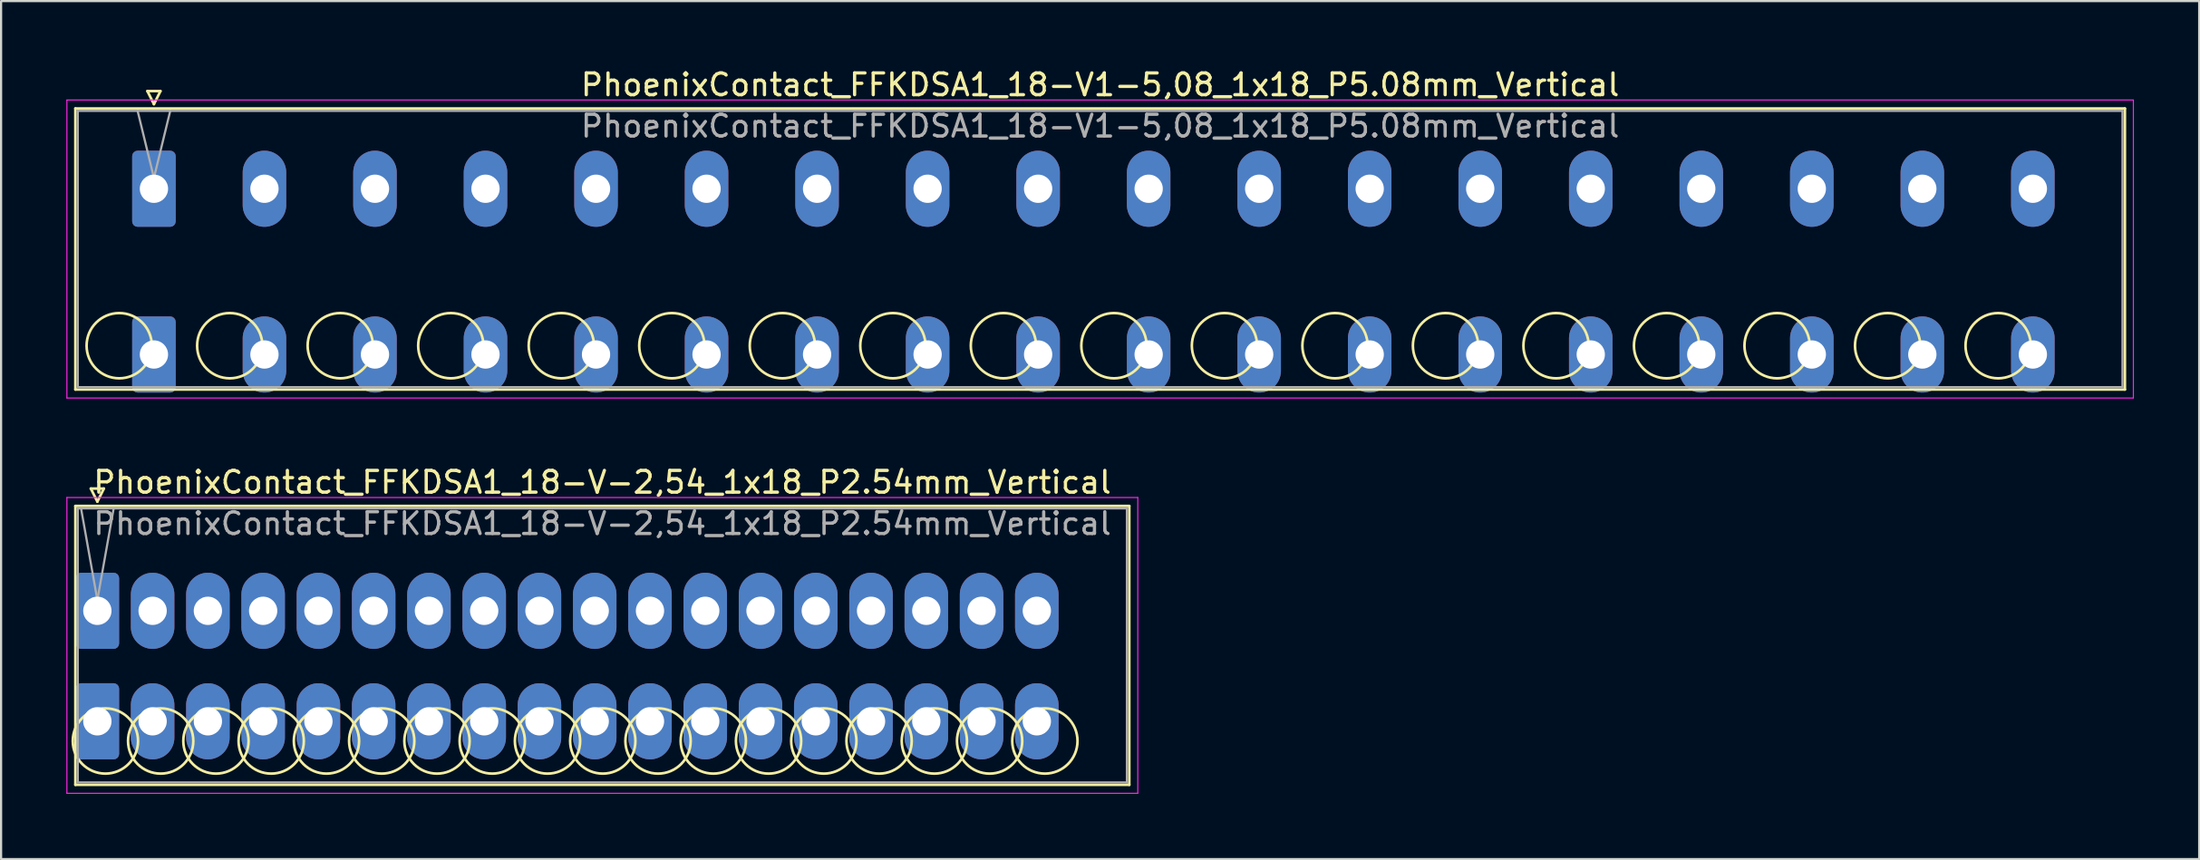
<source format=kicad_pcb>
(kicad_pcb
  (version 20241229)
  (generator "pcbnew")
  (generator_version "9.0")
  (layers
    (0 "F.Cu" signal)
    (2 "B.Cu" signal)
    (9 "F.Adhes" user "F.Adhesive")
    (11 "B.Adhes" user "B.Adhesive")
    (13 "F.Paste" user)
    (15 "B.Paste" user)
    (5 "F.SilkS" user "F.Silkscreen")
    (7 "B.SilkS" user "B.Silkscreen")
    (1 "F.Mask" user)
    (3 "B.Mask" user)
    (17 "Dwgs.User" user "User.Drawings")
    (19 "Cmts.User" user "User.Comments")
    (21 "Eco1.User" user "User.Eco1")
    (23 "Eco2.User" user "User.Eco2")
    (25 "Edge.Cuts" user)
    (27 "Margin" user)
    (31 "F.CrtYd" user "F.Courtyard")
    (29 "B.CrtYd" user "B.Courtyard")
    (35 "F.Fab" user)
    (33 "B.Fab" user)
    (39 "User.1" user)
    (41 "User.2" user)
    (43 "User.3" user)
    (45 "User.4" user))
  (footprint "PhoenixContact_FFKDSA1_18-V1-5,08_1x18_P5.08mm_Vertical"
    (layer "F.Cu")
    (at 4.025 5.628)
    (property "Reference" "PhoenixContact_FFKDSA1_18-V1-5,08_1x18_P5.08mm_Vertical" (at 43.49 -4.78 0) (layer "F.SilkS") (effects (font (size 1 1) (thickness 0.15))))
    (attr through_hole)
    (fp_line (start -3.61 -3.69) (end -3.61 9.23) (stroke (width 0.12) (type solid)) (layer "F.SilkS"))
    (fp_line (start -3.61 9.23) (end 90.59 9.23) (stroke (width 0.12) (type solid)) (layer "F.SilkS"))
    (fp_line (start -0.3 -4.49) (end 0.3 -4.49) (stroke (width 0.12) (type solid)) (layer "F.SilkS"))
    (fp_line (start 0 -3.89) (end -0.3 -4.49) (stroke (width 0.12) (type solid)) (layer "F.SilkS"))
    (fp_line (start 0.3 -4.49) (end 0 -3.89) (stroke (width 0.12) (type solid)) (layer "F.SilkS"))
    (fp_line (start 90.59 -3.69) (end -3.61 -3.69) (stroke (width 0.12) (type solid)) (layer "F.SilkS"))
    (fp_line (start 90.59 9.23) (end 90.59 -3.69) (stroke (width 0.12) (type solid)) (layer "F.SilkS"))
    (fp_circle (center -1.595 7.215) (end -0.095 7.215) (stroke (width 0.12) (type solid)) (fill no) (layer "F.SilkS"))
    (fp_circle (center 3.485 7.215) (end 4.985 7.215) (stroke (width 0.12) (type solid)) (fill no) (layer "F.SilkS"))
    (fp_circle (center 8.565 7.215) (end 10.065 7.215) (stroke (width 0.12) (type solid)) (fill no) (layer "F.SilkS"))
    (fp_circle (center 13.645 7.215) (end 15.145 7.215) (stroke (width 0.12) (type solid)) (fill no) (layer "F.SilkS"))
    (fp_circle (center 18.725 7.215) (end 20.225 7.215) (stroke (width 0.12) (type solid)) (fill no) (layer "F.SilkS"))
    (fp_circle (center 23.805 7.215) (end 25.305 7.215) (stroke (width 0.12) (type solid)) (fill no) (layer "F.SilkS"))
    (fp_circle (center 28.885 7.215) (end 30.385 7.215) (stroke (width 0.12) (type solid)) (fill no) (layer "F.SilkS"))
    (fp_circle (center 33.965 7.215) (end 35.465 7.215) (stroke (width 0.12) (type solid)) (fill no) (layer "F.SilkS"))
    (fp_circle (center 39.045 7.215) (end 40.545 7.215) (stroke (width 0.12) (type solid)) (fill no) (layer "F.SilkS"))
    (fp_circle (center 44.125 7.215) (end 45.625 7.215) (stroke (width 0.12) (type solid)) (fill no) (layer "F.SilkS"))
    (fp_circle (center 49.205 7.215) (end 50.705 7.215) (stroke (width 0.12) (type solid)) (fill no) (layer "F.SilkS"))
    (fp_circle (center 54.285 7.215) (end 55.785 7.215) (stroke (width 0.12) (type solid)) (fill no) (layer "F.SilkS"))
    (fp_circle (center 59.365 7.215) (end 60.865 7.215) (stroke (width 0.12) (type solid)) (fill no) (layer "F.SilkS"))
    (fp_circle (center 64.445 7.215) (end 65.945 7.215) (stroke (width 0.12) (type solid)) (fill no) (layer "F.SilkS"))
    (fp_circle (center 69.525 7.215) (end 71.025 7.215) (stroke (width 0.12) (type solid)) (fill no) (layer "F.SilkS"))
    (fp_circle (center 74.605 7.215) (end 76.105 7.215) (stroke (width 0.12) (type solid)) (fill no) (layer "F.SilkS"))
    (fp_circle (center 79.685 7.215) (end 81.185 7.215) (stroke (width 0.12) (type solid)) (fill no) (layer "F.SilkS"))
    (fp_circle (center 84.765 7.215) (end 86.265 7.215) (stroke (width 0.12) (type solid)) (fill no) (layer "F.SilkS"))
    (fp_line (start -4 -4.08) (end -4 9.62) (stroke (width 0.05) (type solid)) (layer "F.CrtYd"))
    (fp_line (start -4 9.62) (end 90.98 9.62) (stroke (width 0.05) (type solid)) (layer "F.CrtYd"))
    (fp_line (start 90.98 -4.08) (end -4 -4.08) (stroke (width 0.05) (type solid)) (layer "F.CrtYd"))
    (fp_line (start 90.98 9.62) (end 90.98 -4.08) (stroke (width 0.05) (type solid)) (layer "F.CrtYd"))
    (fp_line (start -3.5 -3.58) (end -3.5 9.12) (stroke (width 0.1) (type solid)) (layer "F.Fab"))
    (fp_line (start -3.5 9.12) (end 90.48 9.12) (stroke (width 0.1) (type solid)) (layer "F.Fab"))
    (fp_line (start 0 -0.5) (end -0.75 -3.58) (stroke (width 0.1) (type solid)) (layer "F.Fab"))
    (fp_line (start 0.75 -3.58) (end 0 -0.5) (stroke (width 0.1) (type solid)) (layer "F.Fab"))
    (fp_line (start 90.48 -3.58) (end -3.5 -3.58) (stroke (width 0.1) (type solid)) (layer "F.Fab"))
    (fp_line (start 90.48 9.12) (end 90.48 -3.58) (stroke (width 0.1) (type solid)) (layer "F.Fab"))
    (fp_text user "${REFERENCE}" (at 43.49 -2.88 0) (layer "F.Fab") (effects (font (size 1 1) (thickness 0.15))))
    (pad "1" thru_hole roundrect (at 0 0) (size 2 3.5) (drill 1.3) (layers "*.Cu" "*.Mask") (roundrect_rratio 0.125))
    (pad "1" thru_hole roundrect (at 0 7.62) (size 2 3.5) (drill 1.3) (layers "*.Cu" "*.Mask") (roundrect_rratio 0.125))
    (pad "2" thru_hole oval (at 5.08 0) (size 2 3.5) (drill 1.3) (layers "*.Cu" "*.Mask"))
    (pad "2" thru_hole oval (at 5.08 7.62) (size 2 3.5) (drill 1.3) (layers "*.Cu" "*.Mask"))
    (pad "3" thru_hole oval (at 10.16 0) (size 2 3.5) (drill 1.3) (layers "*.Cu" "*.Mask"))
    (pad "3" thru_hole oval (at 10.16 7.62) (size 2 3.5) (drill 1.3) (layers "*.Cu" "*.Mask"))
    (pad "4" thru_hole oval (at 15.24 0) (size 2 3.5) (drill 1.3) (layers "*.Cu" "*.Mask"))
    (pad "4" thru_hole oval (at 15.24 7.62) (size 2 3.5) (drill 1.3) (layers "*.Cu" "*.Mask"))
    (pad "5" thru_hole oval (at 20.32 0) (size 2 3.5) (drill 1.3) (layers "*.Cu" "*.Mask"))
    (pad "5" thru_hole oval (at 20.32 7.62) (size 2 3.5) (drill 1.3) (layers "*.Cu" "*.Mask"))
    (pad "6" thru_hole oval (at 25.4 0) (size 2 3.5) (drill 1.3) (layers "*.Cu" "*.Mask"))
    (pad "6" thru_hole oval (at 25.4 7.62) (size 2 3.5) (drill 1.3) (layers "*.Cu" "*.Mask"))
    (pad "7" thru_hole oval (at 30.48 0) (size 2 3.5) (drill 1.3) (layers "*.Cu" "*.Mask"))
    (pad "7" thru_hole oval (at 30.48 7.62) (size 2 3.5) (drill 1.3) (layers "*.Cu" "*.Mask"))
    (pad "8" thru_hole oval (at 35.56 0) (size 2 3.5) (drill 1.3) (layers "*.Cu" "*.Mask"))
    (pad "8" thru_hole oval (at 35.56 7.62) (size 2 3.5) (drill 1.3) (layers "*.Cu" "*.Mask"))
    (pad "9" thru_hole oval (at 40.64 0) (size 2 3.5) (drill 1.3) (layers "*.Cu" "*.Mask"))
    (pad "9" thru_hole oval (at 40.64 7.62) (size 2 3.5) (drill 1.3) (layers "*.Cu" "*.Mask"))
    (pad "10" thru_hole oval (at 45.72 0) (size 2 3.5) (drill 1.3) (layers "*.Cu" "*.Mask"))
    (pad "10" thru_hole oval (at 45.72 7.62) (size 2 3.5) (drill 1.3) (layers "*.Cu" "*.Mask"))
    (pad "11" thru_hole oval (at 50.8 0) (size 2 3.5) (drill 1.3) (layers "*.Cu" "*.Mask"))
    (pad "11" thru_hole oval (at 50.8 7.62) (size 2 3.5) (drill 1.3) (layers "*.Cu" "*.Mask"))
    (pad "12" thru_hole oval (at 55.88 0) (size 2 3.5) (drill 1.3) (layers "*.Cu" "*.Mask"))
    (pad "12" thru_hole oval (at 55.88 7.62) (size 2 3.5) (drill 1.3) (layers "*.Cu" "*.Mask"))
    (pad "13" thru_hole oval (at 60.96 0) (size 2 3.5) (drill 1.3) (layers "*.Cu" "*.Mask"))
    (pad "13" thru_hole oval (at 60.96 7.62) (size 2 3.5) (drill 1.3) (layers "*.Cu" "*.Mask"))
    (pad "14" thru_hole oval (at 66.04 0) (size 2 3.5) (drill 1.3) (layers "*.Cu" "*.Mask"))
    (pad "14" thru_hole oval (at 66.04 7.62) (size 2 3.5) (drill 1.3) (layers "*.Cu" "*.Mask"))
    (pad "15" thru_hole oval (at 71.12 0) (size 2 3.5) (drill 1.3) (layers "*.Cu" "*.Mask"))
    (pad "15" thru_hole oval (at 71.12 7.62) (size 2 3.5) (drill 1.3) (layers "*.Cu" "*.Mask"))
    (pad "16" thru_hole oval (at 76.2 0) (size 2 3.5) (drill 1.3) (layers "*.Cu" "*.Mask"))
    (pad "16" thru_hole oval (at 76.2 7.62) (size 2 3.5) (drill 1.3) (layers "*.Cu" "*.Mask"))
    (pad "17" thru_hole oval (at 81.28 0) (size 2 3.5) (drill 1.3) (layers "*.Cu" "*.Mask"))
    (pad "17" thru_hole oval (at 81.28 7.62) (size 2 3.5) (drill 1.3) (layers "*.Cu" "*.Mask"))
    (pad "18" thru_hole oval (at 86.36 0) (size 2 3.5) (drill 1.3) (layers "*.Cu" "*.Mask"))
    (pad "18" thru_hole oval (at 86.36 7.62) (size 2 3.5) (drill 1.3) (layers "*.Cu" "*.Mask")))
  (footprint "PhoenixContact_FFKDSA1_18-V-2,54_1x18_P2.54mm_Vertical"
    (layer "F.Cu")
    (at 1.425 25.032)
    (property "Reference" "PhoenixContact_FFKDSA1_18-V-2,54_1x18_P2.54mm_Vertical" (at 23.21 -5.91 0) (layer "F.SilkS") (effects (font (size 1 1) (thickness 0.15))))
    (attr through_hole)
    (fp_line (start -1.01 -4.82) (end -1.01 8) (stroke (width 0.12) (type solid)) (layer "F.SilkS"))
    (fp_line (start -1.01 8) (end 47.43 8) (stroke (width 0.12) (type solid)) (layer "F.SilkS"))
    (fp_line (start -0.3 -5.62) (end 0.3 -5.62) (stroke (width 0.12) (type solid)) (layer "F.SilkS"))
    (fp_line (start 0 -5.02) (end -0.3 -5.62) (stroke (width 0.12) (type solid)) (layer "F.SilkS"))
    (fp_line (start 0.3 -5.62) (end 0 -5.02) (stroke (width 0.12) (type solid)) (layer "F.SilkS"))
    (fp_line (start 47.43 -4.82) (end -1.01 -4.82) (stroke (width 0.12) (type solid)) (layer "F.SilkS"))
    (fp_line (start 47.43 8) (end 47.43 -4.82) (stroke (width 0.12) (type solid)) (layer "F.SilkS"))
    (fp_circle (center 0.37 5.985) (end 1.87 5.985) (stroke (width 0.12) (type solid)) (fill no) (layer "F.SilkS"))
    (fp_circle (center 2.91 5.985) (end 4.41 5.985) (stroke (width 0.12) (type solid)) (fill no) (layer "F.SilkS"))
    (fp_circle (center 5.45 5.985) (end 6.95 5.985) (stroke (width 0.12) (type solid)) (fill no) (layer "F.SilkS"))
    (fp_circle (center 7.99 5.985) (end 9.49 5.985) (stroke (width 0.12) (type solid)) (fill no) (layer "F.SilkS"))
    (fp_circle (center 10.53 5.985) (end 12.03 5.985) (stroke (width 0.12) (type solid)) (fill no) (layer "F.SilkS"))
    (fp_circle (center 13.07 5.985) (end 14.57 5.985) (stroke (width 0.12) (type solid)) (fill no) (layer "F.SilkS"))
    (fp_circle (center 15.61 5.985) (end 17.11 5.985) (stroke (width 0.12) (type solid)) (fill no) (layer "F.SilkS"))
    (fp_circle (center 18.15 5.985) (end 19.65 5.985) (stroke (width 0.12) (type solid)) (fill no) (layer "F.SilkS"))
    (fp_circle (center 20.69 5.985) (end 22.19 5.985) (stroke (width 0.12) (type solid)) (fill no) (layer "F.SilkS"))
    (fp_circle (center 23.23 5.985) (end 24.73 5.985) (stroke (width 0.12) (type solid)) (fill no) (layer "F.SilkS"))
    (fp_circle (center 25.77 5.985) (end 27.27 5.985) (stroke (width 0.12) (type solid)) (fill no) (layer "F.SilkS"))
    (fp_circle (center 28.31 5.985) (end 29.81 5.985) (stroke (width 0.12) (type solid)) (fill no) (layer "F.SilkS"))
    (fp_circle (center 30.85 5.985) (end 32.35 5.985) (stroke (width 0.12) (type solid)) (fill no) (layer "F.SilkS"))
    (fp_circle (center 33.39 5.985) (end 34.89 5.985) (stroke (width 0.12) (type solid)) (fill no) (layer "F.SilkS"))
    (fp_circle (center 35.93 5.985) (end 37.43 5.985) (stroke (width 0.12) (type solid)) (fill no) (layer "F.SilkS"))
    (fp_circle (center 38.47 5.985) (end 39.97 5.985) (stroke (width 0.12) (type solid)) (fill no) (layer "F.SilkS"))
    (fp_circle (center 41.01 5.985) (end 42.51 5.985) (stroke (width 0.12) (type solid)) (fill no) (layer "F.SilkS"))
    (fp_circle (center 43.55 5.985) (end 45.05 5.985) (stroke (width 0.12) (type solid)) (fill no) (layer "F.SilkS"))
    (fp_line (start -1.4 -5.21) (end -1.4 8.39) (stroke (width 0.05) (type solid)) (layer "F.CrtYd"))
    (fp_line (start -1.4 8.39) (end 47.82 8.39) (stroke (width 0.05) (type solid)) (layer "F.CrtYd"))
    (fp_line (start 47.82 -5.21) (end -1.4 -5.21) (stroke (width 0.05) (type solid)) (layer "F.CrtYd"))
    (fp_line (start 47.82 8.39) (end 47.82 -5.21) (stroke (width 0.05) (type solid)) (layer "F.CrtYd"))
    (fp_line (start -0.9 -4.71) (end -0.9 7.89) (stroke (width 0.1) (type solid)) (layer "F.Fab"))
    (fp_line (start -0.9 7.89) (end 47.32 7.89) (stroke (width 0.1) (type solid)) (layer "F.Fab"))
    (fp_line (start 0 -0.5) (end -0.75 -4.71) (stroke (width 0.1) (type solid)) (layer "F.Fab"))
    (fp_line (start 0.75 -4.71) (end 0 -0.5) (stroke (width 0.1) (type solid)) (layer "F.Fab"))
    (fp_line (start 47.32 -4.71) (end -0.9 -4.71) (stroke (width 0.1) (type solid)) (layer "F.Fab"))
    (fp_line (start 47.32 7.89) (end 47.32 -4.71) (stroke (width 0.1) (type solid)) (layer "F.Fab"))
    (fp_text user "${REFERENCE}" (at 23.21 -4.01 0) (layer "F.Fab") (effects (font (size 1 1) (thickness 0.15))))
    (pad "1" thru_hole roundrect (at 0 0) (size 2 3.5) (drill 1.3) (layers "*.Cu" "*.Mask") (roundrect_rratio 0.125))
    (pad "1" thru_hole roundrect (at 0 5.08) (size 2 3.5) (drill 1.3) (layers "*.Cu" "*.Mask") (roundrect_rratio 0.125))
    (pad "2" thru_hole oval (at 2.54 0) (size 2 3.5) (drill 1.3) (layers "*.Cu" "*.Mask"))
    (pad "2" thru_hole oval (at 2.54 5.08) (size 2 3.5) (drill 1.3) (layers "*.Cu" "*.Mask"))
    (pad "3" thru_hole oval (at 5.08 0) (size 2 3.5) (drill 1.3) (layers "*.Cu" "*.Mask"))
    (pad "3" thru_hole oval (at 5.08 5.08) (size 2 3.5) (drill 1.3) (layers "*.Cu" "*.Mask"))
    (pad "4" thru_hole oval (at 7.62 0) (size 2 3.5) (drill 1.3) (layers "*.Cu" "*.Mask"))
    (pad "4" thru_hole oval (at 7.62 5.08) (size 2 3.5) (drill 1.3) (layers "*.Cu" "*.Mask"))
    (pad "5" thru_hole oval (at 10.16 0) (size 2 3.5) (drill 1.3) (layers "*.Cu" "*.Mask"))
    (pad "5" thru_hole oval (at 10.16 5.08) (size 2 3.5) (drill 1.3) (layers "*.Cu" "*.Mask"))
    (pad "6" thru_hole oval (at 12.7 0) (size 2 3.5) (drill 1.3) (layers "*.Cu" "*.Mask"))
    (pad "6" thru_hole oval (at 12.7 5.08) (size 2 3.5) (drill 1.3) (layers "*.Cu" "*.Mask"))
    (pad "7" thru_hole oval (at 15.24 0) (size 2 3.5) (drill 1.3) (layers "*.Cu" "*.Mask"))
    (pad "7" thru_hole oval (at 15.24 5.08) (size 2 3.5) (drill 1.3) (layers "*.Cu" "*.Mask"))
    (pad "8" thru_hole oval (at 17.78 0) (size 2 3.5) (drill 1.3) (layers "*.Cu" "*.Mask"))
    (pad "8" thru_hole oval (at 17.78 5.08) (size 2 3.5) (drill 1.3) (layers "*.Cu" "*.Mask"))
    (pad "9" thru_hole oval (at 20.32 0) (size 2 3.5) (drill 1.3) (layers "*.Cu" "*.Mask"))
    (pad "9" thru_hole oval (at 20.32 5.08) (size 2 3.5) (drill 1.3) (layers "*.Cu" "*.Mask"))
    (pad "10" thru_hole oval (at 22.86 0) (size 2 3.5) (drill 1.3) (layers "*.Cu" "*.Mask"))
    (pad "10" thru_hole oval (at 22.86 5.08) (size 2 3.5) (drill 1.3) (layers "*.Cu" "*.Mask"))
    (pad "11" thru_hole oval (at 25.4 0) (size 2 3.5) (drill 1.3) (layers "*.Cu" "*.Mask"))
    (pad "11" thru_hole oval (at 25.4 5.08) (size 2 3.5) (drill 1.3) (layers "*.Cu" "*.Mask"))
    (pad "12" thru_hole oval (at 27.94 0) (size 2 3.5) (drill 1.3) (layers "*.Cu" "*.Mask"))
    (pad "12" thru_hole oval (at 27.94 5.08) (size 2 3.5) (drill 1.3) (layers "*.Cu" "*.Mask"))
    (pad "13" thru_hole oval (at 30.48 0) (size 2 3.5) (drill 1.3) (layers "*.Cu" "*.Mask"))
    (pad "13" thru_hole oval (at 30.48 5.08) (size 2 3.5) (drill 1.3) (layers "*.Cu" "*.Mask"))
    (pad "14" thru_hole oval (at 33.02 0) (size 2 3.5) (drill 1.3) (layers "*.Cu" "*.Mask"))
    (pad "14" thru_hole oval (at 33.02 5.08) (size 2 3.5) (drill 1.3) (layers "*.Cu" "*.Mask"))
    (pad "15" thru_hole oval (at 35.56 0) (size 2 3.5) (drill 1.3) (layers "*.Cu" "*.Mask"))
    (pad "15" thru_hole oval (at 35.56 5.08) (size 2 3.5) (drill 1.3) (layers "*.Cu" "*.Mask"))
    (pad "16" thru_hole oval (at 38.1 0) (size 2 3.5) (drill 1.3) (layers "*.Cu" "*.Mask"))
    (pad "16" thru_hole oval (at 38.1 5.08) (size 2 3.5) (drill 1.3) (layers "*.Cu" "*.Mask"))
    (pad "17" thru_hole oval (at 40.64 0) (size 2 3.5) (drill 1.3) (layers "*.Cu" "*.Mask"))
    (pad "17" thru_hole oval (at 40.64 5.08) (size 2 3.5) (drill 1.3) (layers "*.Cu" "*.Mask"))
    (pad "18" thru_hole oval (at 43.18 0) (size 2 3.5) (drill 1.3) (layers "*.Cu" "*.Mask"))
    (pad "18" thru_hole oval (at 43.18 5.08) (size 2 3.5) (drill 1.3) (layers "*.Cu" "*.Mask")))
  (gr_rect
    (start -3 -3)
    (end 98.03 36.447)
    (stroke (width 0.1) (type default))
    (fill no)
    (layer "Edge.Cuts")))
</source>
